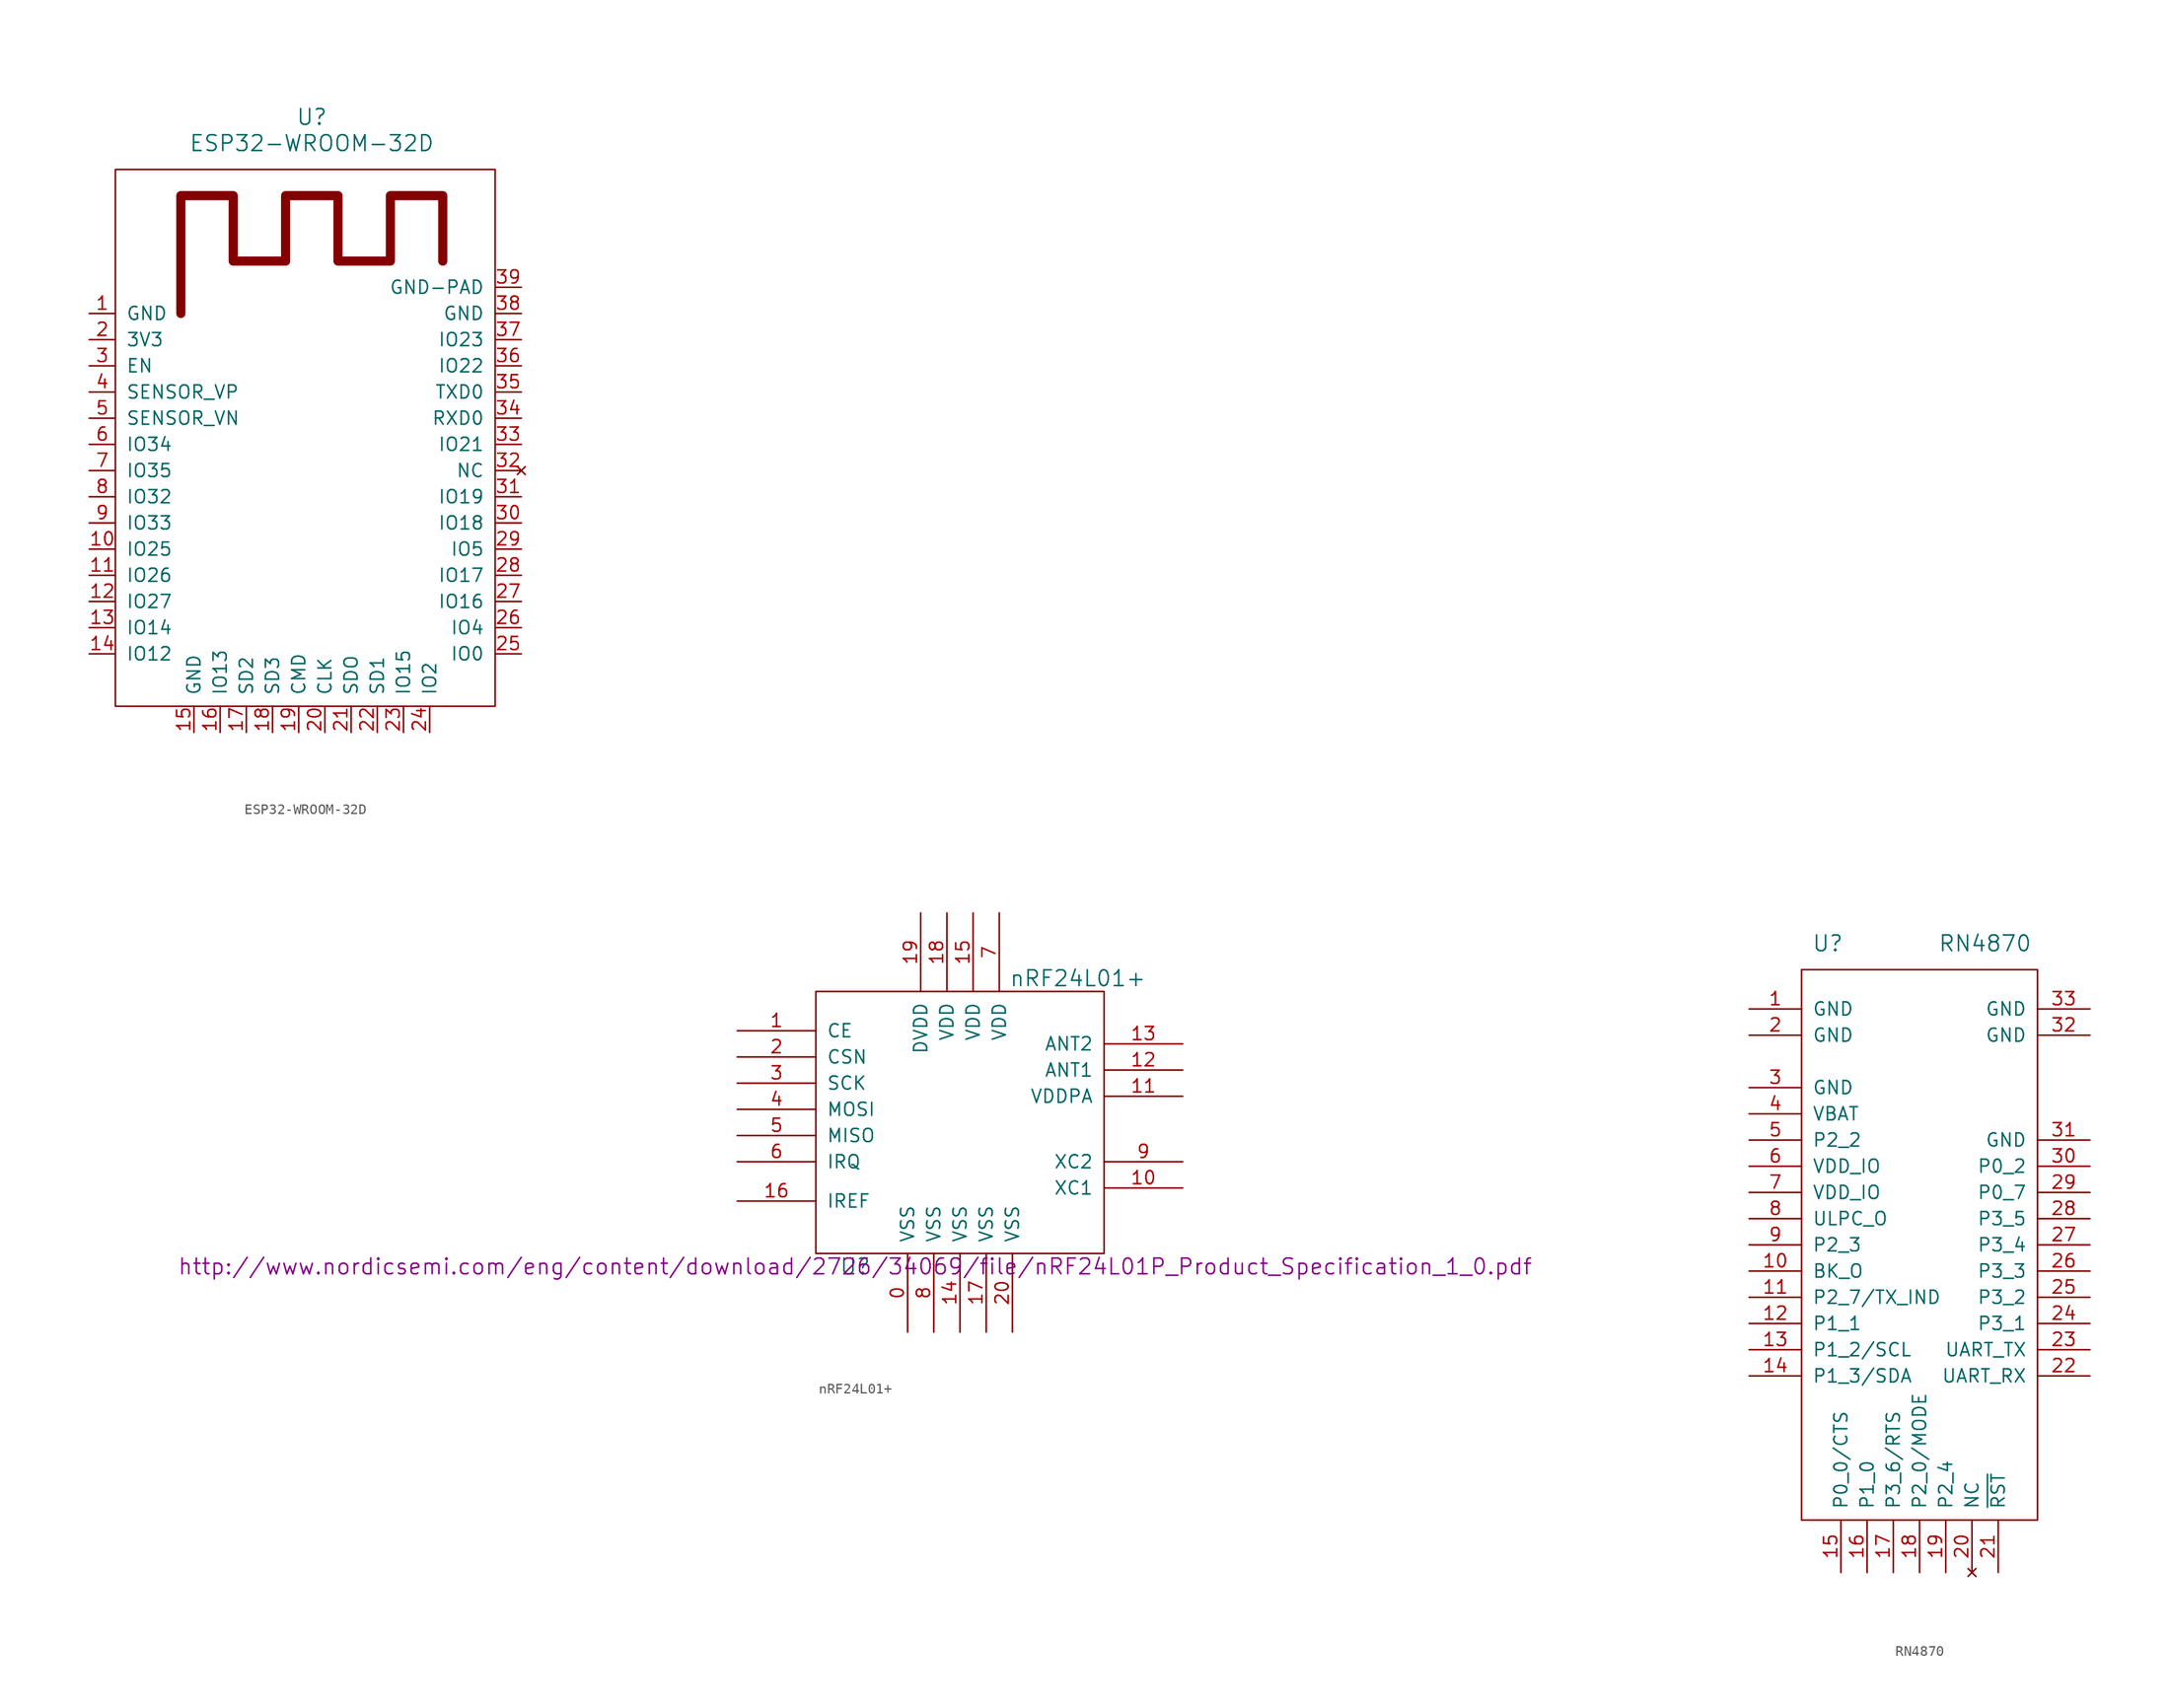
<source format=kicad_sym>
(kicad_symbol_lib
  (version 20201005)
  (generator kicad_symbol_editor)
  (symbol "ESP32-WROOM-32D"
    (pin_names
      (offset 1.016))
    (property "Reference" "U"
      (at 0 35.56 0)
      (effects (font (size 1.524 1.524))))
    (property "Value" "ESP32-WROOM-32D"
      (at 0 33.02 0)
      (effects (font (size 1.524 1.524))))
    (symbol "ESP32-WROOM-32D_0_1"
      (rectangle (start -19.05 30.48) (end 17.78 -21.59) (stroke (width 0)) (fill (type none)))
      (polyline (pts (xy -12.7 16.51) (xy -12.7 27.94) (xy -7.62 27.94) (xy -7.62 21.59) (xy -2.54 21.59) (xy -2.54 27.94) (xy 2.54 27.94) (xy 2.54 21.59) (xy 7.62 21.59) (xy 7.62 27.94) (xy 12.7 27.94) (xy 12.7 21.59)) (stroke (width 0.889)) (fill (type none))))
    (symbol "ESP32-WROOM-32D_1_1"
      (pin power_out line (at -21.59 16.51 0) (length 2.54) (name "GND" (effects (font (size 1.27 1.27)))) (number "1" (effects (font (size 1.27 1.27)))))
      (pin bidirectional line (at -21.59 -6.35 0) (length 2.54) (name "IO25" (effects (font (size 1.27 1.27)))) (number "10" (effects (font (size 1.27 1.27)))))
      (pin bidirectional line (at -21.59 -8.89 0) (length 2.54) (name "IO26" (effects (font (size 1.27 1.27)))) (number "11" (effects (font (size 1.27 1.27)))))
      (pin bidirectional line (at -21.59 -11.43 0) (length 2.54) (name "IO27" (effects (font (size 1.27 1.27)))) (number "12" (effects (font (size 1.27 1.27)))))
      (pin bidirectional line (at -21.59 -13.97 0) (length 2.54) (name "IO14" (effects (font (size 1.27 1.27)))) (number "13" (effects (font (size 1.27 1.27)))))
      (pin bidirectional line (at -21.59 -16.51 0) (length 2.54) (name "IO12" (effects (font (size 1.27 1.27)))) (number "14" (effects (font (size 1.27 1.27)))))
      (pin power_in line (at -11.43 -24.13 90) (length 2.54) (name "GND" (effects (font (size 1.27 1.27)))) (number "15" (effects (font (size 1.27 1.27)))))
      (pin bidirectional line (at -8.89 -24.13 90) (length 2.54) (name "IO13" (effects (font (size 1.27 1.27)))) (number "16" (effects (font (size 1.27 1.27)))))
      (pin bidirectional line (at -6.35 -24.13 90) (length 2.54) (name "SD2" (effects (font (size 1.27 1.27)))) (number "17" (effects (font (size 1.27 1.27)))))
      (pin bidirectional line (at -3.81 -24.13 90) (length 2.54) (name "SD3" (effects (font (size 1.27 1.27)))) (number "18" (effects (font (size 1.27 1.27)))))
      (pin bidirectional line (at -1.27 -24.13 90) (length 2.54) (name "CMD" (effects (font (size 1.27 1.27)))) (number "19" (effects (font (size 1.27 1.27)))))
      (pin power_in line (at -21.59 13.97 0) (length 2.54) (name "3V3" (effects (font (size 1.27 1.27)))) (number "2" (effects (font (size 1.27 1.27)))))
      (pin input line (at 1.27 -24.13 90) (length 2.54) (name "CLK" (effects (font (size 1.27 1.27)))) (number "20" (effects (font (size 1.27 1.27)))))
      (pin bidirectional line (at 3.81 -24.13 90) (length 2.54) (name "SDO" (effects (font (size 1.27 1.27)))) (number "21" (effects (font (size 1.27 1.27)))))
      (pin bidirectional line (at 6.35 -24.13 90) (length 2.54) (name "SD1" (effects (font (size 1.27 1.27)))) (number "22" (effects (font (size 1.27 1.27)))))
      (pin bidirectional line (at 8.89 -24.13 90) (length 2.54) (name "IO15" (effects (font (size 1.27 1.27)))) (number "23" (effects (font (size 1.27 1.27)))))
      (pin bidirectional line (at 11.43 -24.13 90) (length 2.54) (name "IO2" (effects (font (size 1.27 1.27)))) (number "24" (effects (font (size 1.27 1.27)))))
      (pin bidirectional line (at 20.32 -16.51 180) (length 2.54) (name "IO0" (effects (font (size 1.27 1.27)))) (number "25" (effects (font (size 1.27 1.27)))))
      (pin input line (at 20.32 -13.97 180) (length 2.54) (name "IO4" (effects (font (size 1.27 1.27)))) (number "26" (effects (font (size 1.27 1.27)))))
      (pin bidirectional line (at 20.32 -11.43 180) (length 2.54) (name "IO16" (effects (font (size 1.27 1.27)))) (number "27" (effects (font (size 1.27 1.27)))))
      (pin bidirectional line (at 20.32 -8.89 180) (length 2.54) (name "IO17" (effects (font (size 1.27 1.27)))) (number "28" (effects (font (size 1.27 1.27)))))
      (pin bidirectional line (at 20.32 -6.35 180) (length 2.54) (name "IO5" (effects (font (size 1.27 1.27)))) (number "29" (effects (font (size 1.27 1.27)))))
      (pin input line (at -21.59 11.43 0) (length 2.54) (name "EN" (effects (font (size 1.27 1.27)))) (number "3" (effects (font (size 1.27 1.27)))))
      (pin input line (at 20.32 -3.81 180) (length 2.54) (name "IO18" (effects (font (size 1.27 1.27)))) (number "30" (effects (font (size 1.27 1.27)))))
      (pin bidirectional line (at 20.32 -1.27 180) (length 2.54) (name "IO19" (effects (font (size 1.27 1.27)))) (number "31" (effects (font (size 1.27 1.27)))))
      (pin unconnected line (at 20.32 1.27 180) (length 2.54) (name "NC" (effects (font (size 1.27 1.27)))) (number "32" (effects (font (size 1.27 1.27)))))
      (pin bidirectional line (at 20.32 3.81 180) (length 2.54) (name "IO21" (effects (font (size 1.27 1.27)))) (number "33" (effects (font (size 1.27 1.27)))))
      (pin bidirectional line (at 20.32 6.35 180) (length 2.54) (name "RXD0" (effects (font (size 1.27 1.27)))) (number "34" (effects (font (size 1.27 1.27)))))
      (pin bidirectional line (at 20.32 8.89 180) (length 2.54) (name "TXD0" (effects (font (size 1.27 1.27)))) (number "35" (effects (font (size 1.27 1.27)))))
      (pin bidirectional line (at 20.32 11.43 180) (length 2.54) (name "IO22" (effects (font (size 1.27 1.27)))) (number "36" (effects (font (size 1.27 1.27)))))
      (pin bidirectional line (at 20.32 13.97 180) (length 2.54) (name "IO23" (effects (font (size 1.27 1.27)))) (number "37" (effects (font (size 1.27 1.27)))))
      (pin power_in line (at 20.32 16.51 180) (length 2.54) (name "GND" (effects (font (size 1.27 1.27)))) (number "38" (effects (font (size 1.27 1.27)))))
      (pin power_in line (at 20.32 19.05 180) (length 2.54) (name "GND-PAD" (effects (font (size 1.27 1.27)))) (number "39" (effects (font (size 1.27 1.27)))))
      (pin input line (at -21.59 8.89 0) (length 2.54) (name "SENSOR_VP" (effects (font (size 1.27 1.27)))) (number "4" (effects (font (size 1.27 1.27)))))
      (pin input line (at -21.59 6.35 0) (length 2.54) (name "SENSOR_VN" (effects (font (size 1.27 1.27)))) (number "5" (effects (font (size 1.27 1.27)))))
      (pin bidirectional line (at -21.59 3.81 0) (length 2.54) (name "IO34" (effects (font (size 1.27 1.27)))) (number "6" (effects (font (size 1.27 1.27)))))
      (pin bidirectional line (at -21.59 1.27 0) (length 2.54) (name "IO35" (effects (font (size 1.27 1.27)))) (number "7" (effects (font (size 1.27 1.27)))))
      (pin bidirectional line (at -21.59 -1.27 0) (length 2.54) (name "IO32" (effects (font (size 1.27 1.27)))) (number "8" (effects (font (size 1.27 1.27)))))
      (pin bidirectional line (at -21.59 -3.81 0) (length 2.54) (name "IO33" (effects (font (size 1.27 1.27)))) (number "9" (effects (font (size 1.27 1.27)))))))
  (symbol "nRF24L01+"
    (pin_names
      (offset 1.016))
    (property "Reference" "U"
      (at -10.16 -13.97 0)
      (effects (font (size 1.524 1.524))))
    (property "Value" "nRF24L01+"
      (at 11.43 13.97 0)
      (effects (font (size 1.524 1.524))))
    (property "Datasheet" "http://www.nordicsemi.com/eng/content/download/2726/34069/file/nRF24L01P_Product_Specification_1_0.pdf"
      (at -10.16 -13.97 0)
      (effects (font (size 1.524 1.524))))
    (symbol "nRF24L01+_0_1"
      (rectangle (start 13.97 12.7) (end -13.97 -12.7) (stroke (width 0)) (fill (type none))))
    (symbol "nRF24L01+_1_1"
      (pin power_in line (at -5.08 -20.32 90) (length 7.62) (name "VSS" (effects (font (size 1.27 1.27)))) (number "0" (effects (font (size 1.27 1.27)))))
      (pin input line (at -21.59 8.89 0) (length 7.62) (name "CE" (effects (font (size 1.27 1.27)))) (number "1" (effects (font (size 1.27 1.27)))))
      (pin unspecified line (at 21.59 -6.35 180) (length 7.62) (name "XC1" (effects (font (size 1.27 1.27)))) (number "10" (effects (font (size 1.27 1.27)))))
      (pin power_out line (at 21.59 2.54 180) (length 7.62) (name "VDDPA" (effects (font (size 1.27 1.27)))) (number "11" (effects (font (size 1.27 1.27)))))
      (pin passive line (at 21.59 5.08 180) (length 7.62) (name "ANT1" (effects (font (size 1.27 1.27)))) (number "12" (effects (font (size 1.27 1.27)))))
      (pin passive line (at 21.59 7.62 180) (length 7.62) (name "ANT2" (effects (font (size 1.27 1.27)))) (number "13" (effects (font (size 1.27 1.27)))))
      (pin power_in line (at 0 -20.32 90) (length 7.62) (name "VSS" (effects (font (size 1.27 1.27)))) (number "14" (effects (font (size 1.27 1.27)))))
      (pin power_in line (at 1.27 20.32 270) (length 7.62) (name "VDD" (effects (font (size 1.27 1.27)))) (number "15" (effects (font (size 1.27 1.27)))))
      (pin input line (at -21.59 -7.62 0) (length 7.62) (name "IREF" (effects (font (size 1.27 1.27)))) (number "16" (effects (font (size 1.27 1.27)))))
      (pin power_in line (at 2.54 -20.32 90) (length 7.62) (name "VSS" (effects (font (size 1.27 1.27)))) (number "17" (effects (font (size 1.27 1.27)))))
      (pin power_in line (at -1.27 20.32 270) (length 7.62) (name "VDD" (effects (font (size 1.27 1.27)))) (number "18" (effects (font (size 1.27 1.27)))))
      (pin power_out line (at -3.81 20.32 270) (length 7.62) (name "DVDD" (effects (font (size 1.27 1.27)))) (number "19" (effects (font (size 1.27 1.27)))))
      (pin input line (at -21.59 6.35 0) (length 7.62) (name "CSN" (effects (font (size 1.27 1.27)))) (number "2" (effects (font (size 1.27 1.27)))))
      (pin power_in line (at 5.08 -20.32 90) (length 7.62) (name "VSS" (effects (font (size 1.27 1.27)))) (number "20" (effects (font (size 1.27 1.27)))))
      (pin input line (at -21.59 3.81 0) (length 7.62) (name "SCK" (effects (font (size 1.27 1.27)))) (number "3" (effects (font (size 1.27 1.27)))))
      (pin input line (at -21.59 1.27 0) (length 7.62) (name "MOSI" (effects (font (size 1.27 1.27)))) (number "4" (effects (font (size 1.27 1.27)))))
      (pin output line (at -21.59 -1.27 0) (length 7.62) (name "MISO" (effects (font (size 1.27 1.27)))) (number "5" (effects (font (size 1.27 1.27)))))
      (pin output line (at -21.59 -3.81 0) (length 7.62) (name "IRQ" (effects (font (size 1.27 1.27)))) (number "6" (effects (font (size 1.27 1.27)))))
      (pin power_in line (at 3.81 20.32 270) (length 7.62) (name "VDD" (effects (font (size 1.27 1.27)))) (number "7" (effects (font (size 1.27 1.27)))))
      (pin power_in line (at -2.54 -20.32 90) (length 7.62) (name "VSS" (effects (font (size 1.27 1.27)))) (number "8" (effects (font (size 1.27 1.27)))))
      (pin unspecified line (at 21.59 -3.81 180) (length 7.62) (name "XC2" (effects (font (size 1.27 1.27)))) (number "9" (effects (font (size 1.27 1.27)))))))
  (symbol "RN4870"
    (pin_names
      (offset 1.016))
    (property "Reference" "U"
      (at -8.89 29.21 0)
      (effects (font (size 1.524 1.524))))
    (property "Value" "RN4870"
      (at 6.35 29.21 0)
      (effects (font (size 1.524 1.524))))
    (symbol "RN4870_0_1"
      (rectangle (start -11.43 26.67) (end 11.43 -26.67) (stroke (width 0)) (fill (type none))))
    (symbol "RN4870_1_1"
      (pin power_in line (at -16.51 22.86 0) (length 5.08) (name "GND" (effects (font (size 1.27 1.27)))) (number "1" (effects (font (size 1.27 1.27)))))
      (pin power_in line (at -16.51 -2.54 0) (length 5.08) (name "BK_O" (effects (font (size 1.27 1.27)))) (number "10" (effects (font (size 1.27 1.27)))))
      (pin bidirectional line (at -16.51 -5.08 0) (length 5.08) (name "P2_7/TX_IND" (effects (font (size 1.27 1.27)))) (number "11" (effects (font (size 1.27 1.27)))))
      (pin bidirectional line (at -16.51 -7.62 0) (length 5.08) (name "P1_1" (effects (font (size 1.27 1.27)))) (number "12" (effects (font (size 1.27 1.27)))))
      (pin bidirectional line (at -16.51 -10.16 0) (length 5.08) (name "P1_2/SCL" (effects (font (size 1.27 1.27)))) (number "13" (effects (font (size 1.27 1.27)))))
      (pin bidirectional line (at -16.51 -12.7 0) (length 5.08) (name "P1_3/SDA" (effects (font (size 1.27 1.27)))) (number "14" (effects (font (size 1.27 1.27)))))
      (pin bidirectional line (at -7.62 -31.75 90) (length 5.08) (name "P0_0/CTS" (effects (font (size 1.27 1.27)))) (number "15" (effects (font (size 1.27 1.27)))))
      (pin bidirectional line (at -5.08 -31.75 90) (length 5.08) (name "P1_0" (effects (font (size 1.27 1.27)))) (number "16" (effects (font (size 1.27 1.27)))))
      (pin bidirectional line (at -2.54 -31.75 90) (length 5.08) (name "P3_6/RTS" (effects (font (size 1.27 1.27)))) (number "17" (effects (font (size 1.27 1.27)))))
      (pin bidirectional line (at 0 -31.75 90) (length 5.08) (name "P2_0/MODE" (effects (font (size 1.27 1.27)))) (number "18" (effects (font (size 1.27 1.27)))))
      (pin bidirectional line (at 2.54 -31.75 90) (length 5.08) (name "P2_4" (effects (font (size 1.27 1.27)))) (number "19" (effects (font (size 1.27 1.27)))))
      (pin power_in line (at -16.51 20.32 0) (length 5.08) (name "GND" (effects (font (size 1.27 1.27)))) (number "2" (effects (font (size 1.27 1.27)))))
      (pin unconnected line (at 5.08 -31.75 90) (length 5.08) (name "NC" (effects (font (size 1.27 1.27)))) (number "20" (effects (font (size 1.27 1.27)))))
      (pin bidirectional line (at 7.62 -31.75 90) (length 5.08) (name "~RST" (effects (font (size 1.27 1.27)))) (number "21" (effects (font (size 1.27 1.27)))))
      (pin input line (at 16.51 -12.7 180) (length 5.08) (name "UART_RX" (effects (font (size 1.27 1.27)))) (number "22" (effects (font (size 1.27 1.27)))))
      (pin output line (at 16.51 -10.16 180) (length 5.08) (name "UART_TX" (effects (font (size 1.27 1.27)))) (number "23" (effects (font (size 1.27 1.27)))))
      (pin bidirectional line (at 16.51 -7.62 180) (length 5.08) (name "P3_1" (effects (font (size 1.27 1.27)))) (number "24" (effects (font (size 1.27 1.27)))))
      (pin bidirectional line (at 16.51 -5.08 180) (length 5.08) (name "P3_2" (effects (font (size 1.27 1.27)))) (number "25" (effects (font (size 1.27 1.27)))))
      (pin bidirectional line (at 16.51 -2.54 180) (length 5.08) (name "P3_3" (effects (font (size 1.27 1.27)))) (number "26" (effects (font (size 1.27 1.27)))))
      (pin bidirectional line (at 16.51 0 180) (length 5.08) (name "P3_4" (effects (font (size 1.27 1.27)))) (number "27" (effects (font (size 1.27 1.27)))))
      (pin bidirectional line (at 16.51 2.54 180) (length 5.08) (name "P3_5" (effects (font (size 1.27 1.27)))) (number "28" (effects (font (size 1.27 1.27)))))
      (pin bidirectional line (at 16.51 5.08 180) (length 5.08) (name "P0_7" (effects (font (size 1.27 1.27)))) (number "29" (effects (font (size 1.27 1.27)))))
      (pin power_in line (at -16.51 15.24 0) (length 5.08) (name "GND" (effects (font (size 1.27 1.27)))) (number "3" (effects (font (size 1.27 1.27)))))
      (pin bidirectional line (at 16.51 7.62 180) (length 5.08) (name "P0_2" (effects (font (size 1.27 1.27)))) (number "30" (effects (font (size 1.27 1.27)))))
      (pin power_in line (at 16.51 10.16 180) (length 5.08) (name "GND" (effects (font (size 1.27 1.27)))) (number "31" (effects (font (size 1.27 1.27)))))
      (pin power_in line (at 16.51 20.32 180) (length 5.08) (name "GND" (effects (font (size 1.27 1.27)))) (number "32" (effects (font (size 1.27 1.27)))))
      (pin power_in line (at 16.51 22.86 180) (length 5.08) (name "GND" (effects (font (size 1.27 1.27)))) (number "33" (effects (font (size 1.27 1.27)))))
      (pin power_in line (at -16.51 12.7 0) (length 5.08) (name "VBAT" (effects (font (size 1.27 1.27)))) (number "4" (effects (font (size 1.27 1.27)))))
      (pin bidirectional line (at -16.51 10.16 0) (length 5.08) (name "P2_2" (effects (font (size 1.27 1.27)))) (number "5" (effects (font (size 1.27 1.27)))))
      (pin power_in line (at -16.51 7.62 0) (length 5.08) (name "VDD_IO" (effects (font (size 1.27 1.27)))) (number "6" (effects (font (size 1.27 1.27)))))
      (pin power_in line (at -16.51 5.08 0) (length 5.08) (name "VDD_IO" (effects (font (size 1.27 1.27)))) (number "7" (effects (font (size 1.27 1.27)))))
      (pin power_in line (at -16.51 2.54 0) (length 5.08) (name "ULPC_O" (effects (font (size 1.27 1.27)))) (number "8" (effects (font (size 1.27 1.27)))))
      (pin bidirectional line (at -16.51 0 0) (length 5.08) (name "P2_3" (effects (font (size 1.27 1.27)))) (number "9" (effects (font (size 1.27 1.27))))))))
</source>
